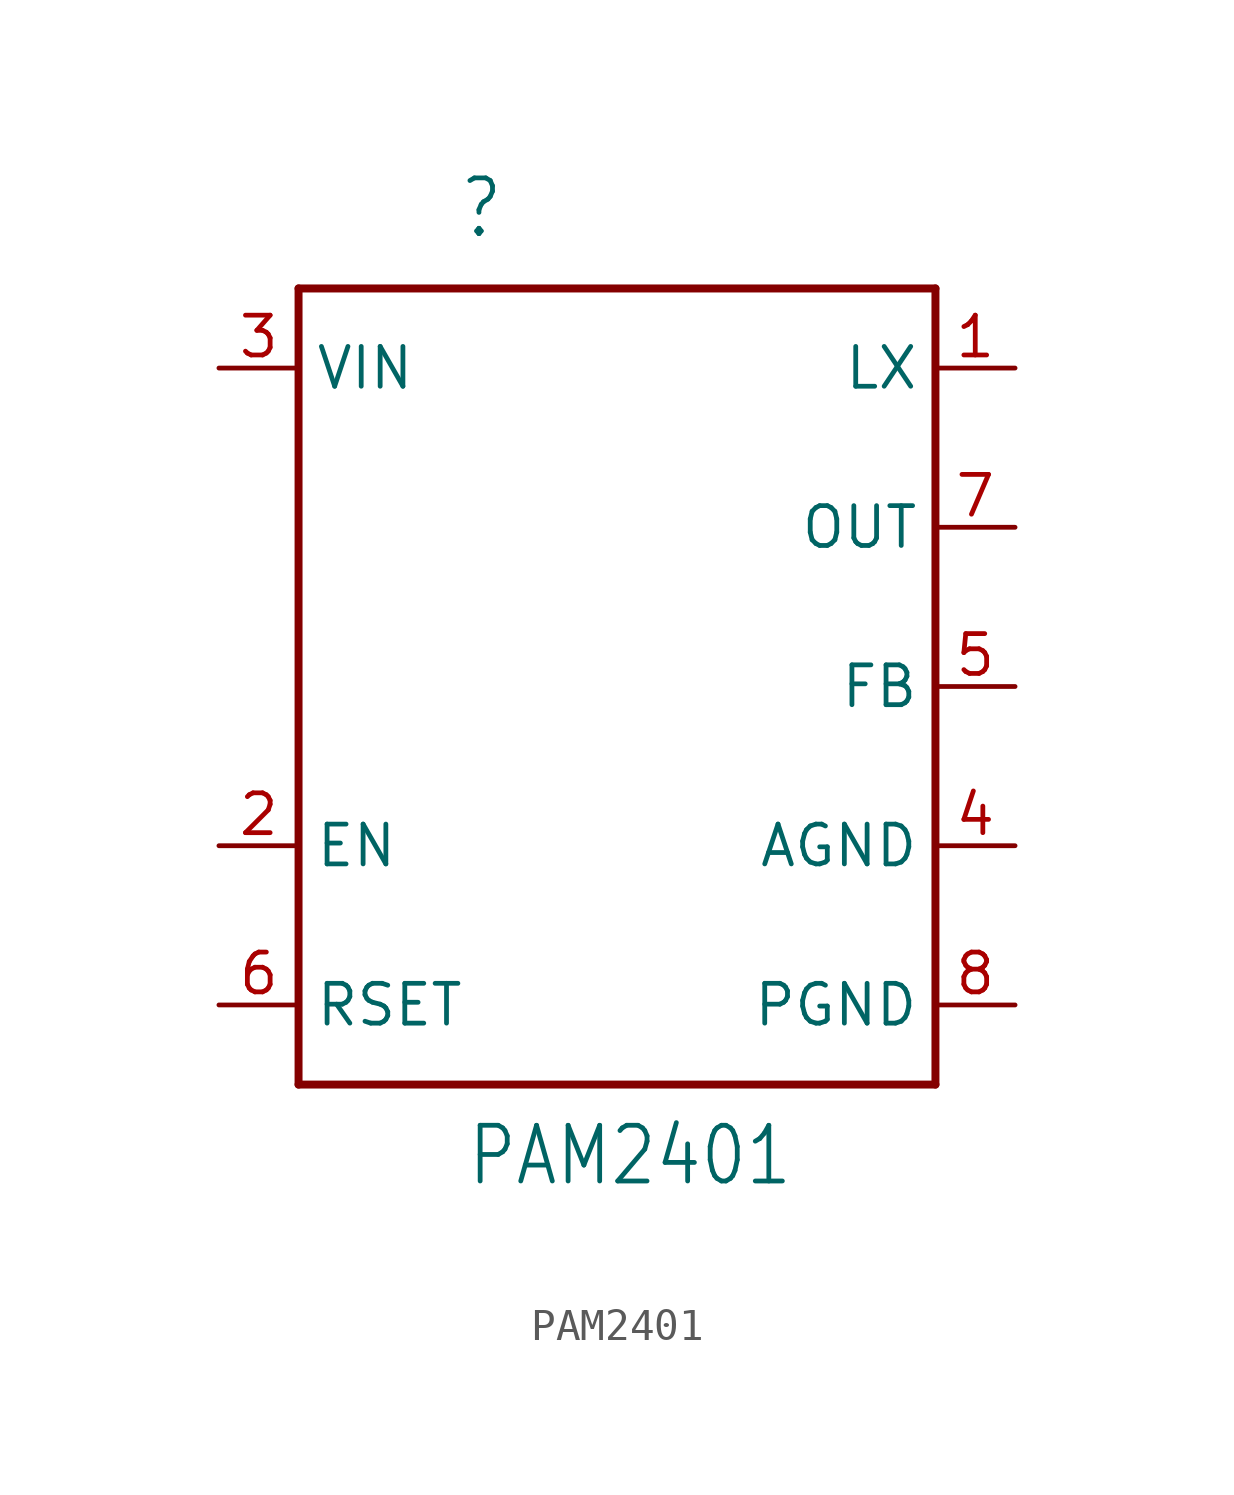
<source format=kicad_sym>
(kicad_symbol_lib
  (version 20211014)
  (generator kicad_symbol_editor)
  (symbol "PAM2401"
    (property "Reference" ""
      (at -5.08 14.224 0)
      (effects (font (size 1.778 1.511)) (justify left bottom)))
    (property "Value" "PAM2401"
      (at -4.826 -16.002 0)
      (effects (font (size 1.778 1.511)) (justify left bottom)))
    (property "ki_locked" ""
      (at 0 0 0)
      (effects (font (size 1.27 1.27))))
    (symbol "PAM2401_1_0"
      (polyline (pts (xy -10.16 -12.7) (xy -10.16 12.7)) (stroke (width 0.254) (type default) (color 0 0 0 0)) (fill (type none)))
      (polyline (pts (xy -10.16 12.7) (xy 10.16 12.7)) (stroke (width 0.254) (type default) (color 0 0 0 0)) (fill (type none)))
      (polyline (pts (xy 10.16 -12.7) (xy -10.16 -12.7)) (stroke (width 0.254) (type default) (color 0 0 0 0)) (fill (type none)))
      (polyline (pts (xy 10.16 12.7) (xy 10.16 -12.7)) (stroke (width 0.254) (type default) (color 0 0 0 0)) (fill (type none)))
      (pin bidirectional line (at 12.7 10.16 180) (length 2.54) (name "LX" (effects (font (size 1.27 1.27)))) (number "1" (effects (font (size 1.27 1.27)))))
      (pin bidirectional line (at -12.7 -5.08 0) (length 2.54) (name "EN" (effects (font (size 1.27 1.27)))) (number "2" (effects (font (size 1.27 1.27)))))
      (pin bidirectional line (at -12.7 10.16 0) (length 2.54) (name "VIN" (effects (font (size 1.27 1.27)))) (number "3" (effects (font (size 1.27 1.27)))))
      (pin bidirectional line (at 12.7 -5.08 180) (length 2.54) (name "AGND" (effects (font (size 1.27 1.27)))) (number "4" (effects (font (size 1.27 1.27)))))
      (pin bidirectional line (at 12.7 0 180) (length 2.54) (name "FB" (effects (font (size 1.27 1.27)))) (number "5" (effects (font (size 1.27 1.27)))))
      (pin bidirectional line (at -12.7 -10.16 0) (length 2.54) (name "RSET" (effects (font (size 1.27 1.27)))) (number "6" (effects (font (size 1.27 1.27)))))
      (pin bidirectional line (at 12.7 5.08 180) (length 2.54) (name "OUT" (effects (font (size 1.27 1.27)))) (number "7" (effects (font (size 1.27 1.27)))))
      (pin bidirectional line (at 12.7 -10.16 180) (length 2.54) (name "PGND" (effects (font (size 1.27 1.27)))) (number "8" (effects (font (size 1.27 1.27))))))))
</source>
